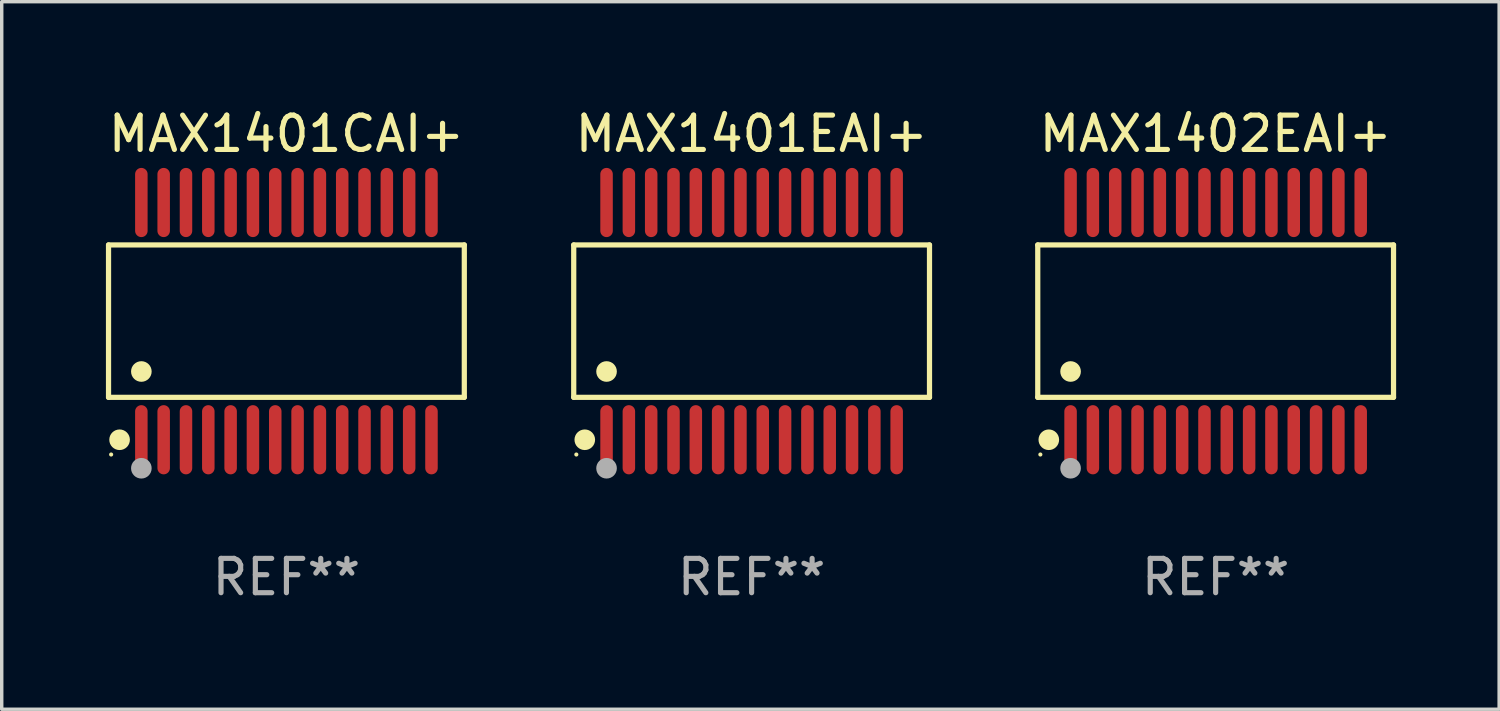
<source format=kicad_pcb>
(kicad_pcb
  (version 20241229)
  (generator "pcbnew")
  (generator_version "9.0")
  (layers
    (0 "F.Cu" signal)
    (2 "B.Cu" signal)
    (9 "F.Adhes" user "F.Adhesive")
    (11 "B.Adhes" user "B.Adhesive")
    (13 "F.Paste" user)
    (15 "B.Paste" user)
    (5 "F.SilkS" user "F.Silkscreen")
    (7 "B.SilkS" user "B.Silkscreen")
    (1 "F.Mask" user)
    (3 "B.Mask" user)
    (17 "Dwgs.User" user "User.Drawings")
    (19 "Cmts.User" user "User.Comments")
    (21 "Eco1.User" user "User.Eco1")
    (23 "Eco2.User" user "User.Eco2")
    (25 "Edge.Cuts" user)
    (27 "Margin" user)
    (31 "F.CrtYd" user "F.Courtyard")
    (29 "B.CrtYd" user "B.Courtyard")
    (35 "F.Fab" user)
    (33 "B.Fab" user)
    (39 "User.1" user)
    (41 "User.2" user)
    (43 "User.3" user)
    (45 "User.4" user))
  (footprint "MAX1401EAI+"
    (layer "F.Cu")
    (at 18.841 6.303)
    (property "Reference" "MAX1401EAI+" (at 0 -5.455 0) (layer "F.SilkS") (effects (font (size 1 1) (thickness 0.15))))
    (attr through_hole)
    (fp_line (start -5.181 -2.219) (end 5.181 -2.219) (stroke (width 0.152) (type solid)) (layer "F.SilkS"))
    (fp_line (start -5.181 2.219) (end -5.181 -2.219) (stroke (width 0.152) (type solid)) (layer "F.SilkS"))
    (fp_line (start 5.181 -2.219) (end 5.181 2.219) (stroke (width 0.152) (type solid)) (layer "F.SilkS"))
    (fp_line (start 5.181 2.219) (end -5.181 2.219) (stroke (width 0.152) (type solid)) (layer "F.SilkS"))
    (fp_circle (center -5.105 3.885) (end -5.075 3.885) (stroke (width 0.06) (type solid)) (fill no) (layer "F.SilkS"))
    (fp_circle (center -4.859 3.455) (end -4.709 3.455) (stroke (width 0.3) (type solid)) (fill no) (layer "F.SilkS"))
    (fp_circle (center -4.225 1.467) (end -4.075 1.467) (stroke (width 0.3) (type solid)) (fill no) (layer "F.SilkS"))
    (fp_circle (center -4.225 4.285) (end -4.075 4.285) (stroke (width 0.3) (type solid)) (fill no) (layer "F.Fab"))
    (fp_text user "REF**" (at 0 7.455 0) (layer "F.Fab") (effects (font (size 1 1) (thickness 0.15))))
    (pad "1" smd oval (at -4.225 3.455) (size 0.364 2.015) (layers "F.Cu" "F.Mask" "F.Paste"))
    (pad "2" smd oval (at -3.575 3.455) (size 0.364 2.015) (layers "F.Cu" "F.Mask" "F.Paste"))
    (pad "3" smd oval (at -2.925 3.455) (size 0.364 2.015) (layers "F.Cu" "F.Mask" "F.Paste"))
    (pad "4" smd oval (at -2.275 3.455) (size 0.364 2.015) (layers "F.Cu" "F.Mask" "F.Paste"))
    (pad "5" smd oval (at -1.625 3.455) (size 0.364 2.015) (layers "F.Cu" "F.Mask" "F.Paste"))
    (pad "6" smd oval (at -0.975 3.455) (size 0.364 2.015) (layers "F.Cu" "F.Mask" "F.Paste"))
    (pad "7" smd oval (at -0.325 3.455) (size 0.364 2.015) (layers "F.Cu" "F.Mask" "F.Paste"))
    (pad "8" smd oval (at 0.325 3.455) (size 0.364 2.015) (layers "F.Cu" "F.Mask" "F.Paste"))
    (pad "9" smd oval (at 0.975 3.455) (size 0.364 2.015) (layers "F.Cu" "F.Mask" "F.Paste"))
    (pad "10" smd oval (at 1.625 3.455) (size 0.364 2.015) (layers "F.Cu" "F.Mask" "F.Paste"))
    (pad "11" smd oval (at 2.275 3.455) (size 0.364 2.015) (layers "F.Cu" "F.Mask" "F.Paste"))
    (pad "12" smd oval (at 2.925 3.455) (size 0.364 2.015) (layers "F.Cu" "F.Mask" "F.Paste"))
    (pad "13" smd oval (at 3.575 3.455) (size 0.364 2.015) (layers "F.Cu" "F.Mask" "F.Paste"))
    (pad "14" smd oval (at 4.225 3.455) (size 0.364 2.015) (layers "F.Cu" "F.Mask" "F.Paste"))
    (pad "15" smd oval (at 4.225 -3.455) (size 0.364 2.015) (layers "F.Cu" "F.Mask" "F.Paste"))
    (pad "16" smd oval (at 3.575 -3.455) (size 0.364 2.015) (layers "F.Cu" "F.Mask" "F.Paste"))
    (pad "17" smd oval (at 2.925 -3.455) (size 0.364 2.015) (layers "F.Cu" "F.Mask" "F.Paste"))
    (pad "18" smd oval (at 2.275 -3.455) (size 0.364 2.015) (layers "F.Cu" "F.Mask" "F.Paste"))
    (pad "19" smd oval (at 1.625 -3.455) (size 0.364 2.015) (layers "F.Cu" "F.Mask" "F.Paste"))
    (pad "20" smd oval (at 0.975 -3.455) (size 0.364 2.015) (layers "F.Cu" "F.Mask" "F.Paste"))
    (pad "21" smd oval (at 0.325 -3.455) (size 0.364 2.015) (layers "F.Cu" "F.Mask" "F.Paste"))
    (pad "22" smd oval (at -0.325 -3.455) (size 0.364 2.015) (layers "F.Cu" "F.Mask" "F.Paste"))
    (pad "23" smd oval (at -0.975 -3.455) (size 0.364 2.015) (layers "F.Cu" "F.Mask" "F.Paste"))
    (pad "24" smd oval (at -1.625 -3.455) (size 0.364 2.015) (layers "F.Cu" "F.Mask" "F.Paste"))
    (pad "25" smd oval (at -2.275 -3.455) (size 0.364 2.015) (layers "F.Cu" "F.Mask" "F.Paste"))
    (pad "26" smd oval (at -2.925 -3.455) (size 0.364 2.015) (layers "F.Cu" "F.Mask" "F.Paste"))
    (pad "27" smd oval (at -3.575 -3.455) (size 0.364 2.015) (layers "F.Cu" "F.Mask" "F.Paste"))
    (pad "28" smd oval (at -4.225 -3.455) (size 0.364 2.015) (layers "F.Cu" "F.Mask" "F.Paste")))
  (footprint "MAX1401CAI+"
    (layer "F.Cu")
    (at 5.292 6.303)
    (property "Reference" "MAX1401CAI+" (at 0 -5.455 0) (layer "F.SilkS") (effects (font (size 1 1) (thickness 0.15))))
    (attr through_hole)
    (fp_line (start -5.181 -2.219) (end 5.181 -2.219) (stroke (width 0.152) (type solid)) (layer "F.SilkS"))
    (fp_line (start -5.181 2.219) (end -5.181 -2.219) (stroke (width 0.152) (type solid)) (layer "F.SilkS"))
    (fp_line (start 5.181 -2.219) (end 5.181 2.219) (stroke (width 0.152) (type solid)) (layer "F.SilkS"))
    (fp_line (start 5.181 2.219) (end -5.181 2.219) (stroke (width 0.152) (type solid)) (layer "F.SilkS"))
    (fp_circle (center -5.105 3.885) (end -5.075 3.885) (stroke (width 0.06) (type solid)) (fill no) (layer "F.SilkS"))
    (fp_circle (center -4.859 3.455) (end -4.709 3.455) (stroke (width 0.3) (type solid)) (fill no) (layer "F.SilkS"))
    (fp_circle (center -4.225 1.467) (end -4.075 1.467) (stroke (width 0.3) (type solid)) (fill no) (layer "F.SilkS"))
    (fp_circle (center -4.225 4.285) (end -4.075 4.285) (stroke (width 0.3) (type solid)) (fill no) (layer "F.Fab"))
    (fp_text user "REF**" (at 0 7.455 0) (layer "F.Fab") (effects (font (size 1 1) (thickness 0.15))))
    (pad "1" smd oval (at -4.225 3.455) (size 0.364 2.015) (layers "F.Cu" "F.Mask" "F.Paste"))
    (pad "2" smd oval (at -3.575 3.455) (size 0.364 2.015) (layers "F.Cu" "F.Mask" "F.Paste"))
    (pad "3" smd oval (at -2.925 3.455) (size 0.364 2.015) (layers "F.Cu" "F.Mask" "F.Paste"))
    (pad "4" smd oval (at -2.275 3.455) (size 0.364 2.015) (layers "F.Cu" "F.Mask" "F.Paste"))
    (pad "5" smd oval (at -1.625 3.455) (size 0.364 2.015) (layers "F.Cu" "F.Mask" "F.Paste"))
    (pad "6" smd oval (at -0.975 3.455) (size 0.364 2.015) (layers "F.Cu" "F.Mask" "F.Paste"))
    (pad "7" smd oval (at -0.325 3.455) (size 0.364 2.015) (layers "F.Cu" "F.Mask" "F.Paste"))
    (pad "8" smd oval (at 0.325 3.455) (size 0.364 2.015) (layers "F.Cu" "F.Mask" "F.Paste"))
    (pad "9" smd oval (at 0.975 3.455) (size 0.364 2.015) (layers "F.Cu" "F.Mask" "F.Paste"))
    (pad "10" smd oval (at 1.625 3.455) (size 0.364 2.015) (layers "F.Cu" "F.Mask" "F.Paste"))
    (pad "11" smd oval (at 2.275 3.455) (size 0.364 2.015) (layers "F.Cu" "F.Mask" "F.Paste"))
    (pad "12" smd oval (at 2.925 3.455) (size 0.364 2.015) (layers "F.Cu" "F.Mask" "F.Paste"))
    (pad "13" smd oval (at 3.575 3.455) (size 0.364 2.015) (layers "F.Cu" "F.Mask" "F.Paste"))
    (pad "14" smd oval (at 4.225 3.455) (size 0.364 2.015) (layers "F.Cu" "F.Mask" "F.Paste"))
    (pad "15" smd oval (at 4.225 -3.455) (size 0.364 2.015) (layers "F.Cu" "F.Mask" "F.Paste"))
    (pad "16" smd oval (at 3.575 -3.455) (size 0.364 2.015) (layers "F.Cu" "F.Mask" "F.Paste"))
    (pad "17" smd oval (at 2.925 -3.455) (size 0.364 2.015) (layers "F.Cu" "F.Mask" "F.Paste"))
    (pad "18" smd oval (at 2.275 -3.455) (size 0.364 2.015) (layers "F.Cu" "F.Mask" "F.Paste"))
    (pad "19" smd oval (at 1.625 -3.455) (size 0.364 2.015) (layers "F.Cu" "F.Mask" "F.Paste"))
    (pad "20" smd oval (at 0.975 -3.455) (size 0.364 2.015) (layers "F.Cu" "F.Mask" "F.Paste"))
    (pad "21" smd oval (at 0.325 -3.455) (size 0.364 2.015) (layers "F.Cu" "F.Mask" "F.Paste"))
    (pad "22" smd oval (at -0.325 -3.455) (size 0.364 2.015) (layers "F.Cu" "F.Mask" "F.Paste"))
    (pad "23" smd oval (at -0.975 -3.455) (size 0.364 2.015) (layers "F.Cu" "F.Mask" "F.Paste"))
    (pad "24" smd oval (at -1.625 -3.455) (size 0.364 2.015) (layers "F.Cu" "F.Mask" "F.Paste"))
    (pad "25" smd oval (at -2.275 -3.455) (size 0.364 2.015) (layers "F.Cu" "F.Mask" "F.Paste"))
    (pad "26" smd oval (at -2.925 -3.455) (size 0.364 2.015) (layers "F.Cu" "F.Mask" "F.Paste"))
    (pad "27" smd oval (at -3.575 -3.455) (size 0.364 2.015) (layers "F.Cu" "F.Mask" "F.Paste"))
    (pad "28" smd oval (at -4.225 -3.455) (size 0.364 2.015) (layers "F.Cu" "F.Mask" "F.Paste")))
  (footprint "MAX1402EAI+"
    (layer "F.Cu")
    (at 32.356 6.303)
    (property "Reference" "MAX1402EAI+" (at 0 -5.455 0) (layer "F.SilkS") (effects (font (size 1 1) (thickness 0.15))))
    (attr through_hole)
    (fp_line (start -5.181 -2.219) (end 5.181 -2.219) (stroke (width 0.152) (type solid)) (layer "F.SilkS"))
    (fp_line (start -5.181 2.219) (end -5.181 -2.219) (stroke (width 0.152) (type solid)) (layer "F.SilkS"))
    (fp_line (start 5.181 -2.219) (end 5.181 2.219) (stroke (width 0.152) (type solid)) (layer "F.SilkS"))
    (fp_line (start 5.181 2.219) (end -5.181 2.219) (stroke (width 0.152) (type solid)) (layer "F.SilkS"))
    (fp_circle (center -5.105 3.885) (end -5.075 3.885) (stroke (width 0.06) (type solid)) (fill no) (layer "F.SilkS"))
    (fp_circle (center -4.859 3.455) (end -4.709 3.455) (stroke (width 0.3) (type solid)) (fill no) (layer "F.SilkS"))
    (fp_circle (center -4.225 1.467) (end -4.075 1.467) (stroke (width 0.3) (type solid)) (fill no) (layer "F.SilkS"))
    (fp_circle (center -4.225 4.285) (end -4.075 4.285) (stroke (width 0.3) (type solid)) (fill no) (layer "F.Fab"))
    (fp_text user "REF**" (at 0 7.455 0) (layer "F.Fab") (effects (font (size 1 1) (thickness 0.15))))
    (pad "1" smd oval (at -4.225 3.455) (size 0.364 2.015) (layers "F.Cu" "F.Mask" "F.Paste"))
    (pad "2" smd oval (at -3.575 3.455) (size 0.364 2.015) (layers "F.Cu" "F.Mask" "F.Paste"))
    (pad "3" smd oval (at -2.925 3.455) (size 0.364 2.015) (layers "F.Cu" "F.Mask" "F.Paste"))
    (pad "4" smd oval (at -2.275 3.455) (size 0.364 2.015) (layers "F.Cu" "F.Mask" "F.Paste"))
    (pad "5" smd oval (at -1.625 3.455) (size 0.364 2.015) (layers "F.Cu" "F.Mask" "F.Paste"))
    (pad "6" smd oval (at -0.975 3.455) (size 0.364 2.015) (layers "F.Cu" "F.Mask" "F.Paste"))
    (pad "7" smd oval (at -0.325 3.455) (size 0.364 2.015) (layers "F.Cu" "F.Mask" "F.Paste"))
    (pad "8" smd oval (at 0.325 3.455) (size 0.364 2.015) (layers "F.Cu" "F.Mask" "F.Paste"))
    (pad "9" smd oval (at 0.975 3.455) (size 0.364 2.015) (layers "F.Cu" "F.Mask" "F.Paste"))
    (pad "10" smd oval (at 1.625 3.455) (size 0.364 2.015) (layers "F.Cu" "F.Mask" "F.Paste"))
    (pad "11" smd oval (at 2.275 3.455) (size 0.364 2.015) (layers "F.Cu" "F.Mask" "F.Paste"))
    (pad "12" smd oval (at 2.925 3.455) (size 0.364 2.015) (layers "F.Cu" "F.Mask" "F.Paste"))
    (pad "13" smd oval (at 3.575 3.455) (size 0.364 2.015) (layers "F.Cu" "F.Mask" "F.Paste"))
    (pad "14" smd oval (at 4.225 3.455) (size 0.364 2.015) (layers "F.Cu" "F.Mask" "F.Paste"))
    (pad "15" smd oval (at 4.225 -3.455) (size 0.364 2.015) (layers "F.Cu" "F.Mask" "F.Paste"))
    (pad "16" smd oval (at 3.575 -3.455) (size 0.364 2.015) (layers "F.Cu" "F.Mask" "F.Paste"))
    (pad "17" smd oval (at 2.925 -3.455) (size 0.364 2.015) (layers "F.Cu" "F.Mask" "F.Paste"))
    (pad "18" smd oval (at 2.275 -3.455) (size 0.364 2.015) (layers "F.Cu" "F.Mask" "F.Paste"))
    (pad "19" smd oval (at 1.625 -3.455) (size 0.364 2.015) (layers "F.Cu" "F.Mask" "F.Paste"))
    (pad "20" smd oval (at 0.975 -3.455) (size 0.364 2.015) (layers "F.Cu" "F.Mask" "F.Paste"))
    (pad "21" smd oval (at 0.325 -3.455) (size 0.364 2.015) (layers "F.Cu" "F.Mask" "F.Paste"))
    (pad "22" smd oval (at -0.325 -3.455) (size 0.364 2.015) (layers "F.Cu" "F.Mask" "F.Paste"))
    (pad "23" smd oval (at -0.975 -3.455) (size 0.364 2.015) (layers "F.Cu" "F.Mask" "F.Paste"))
    (pad "24" smd oval (at -1.625 -3.455) (size 0.364 2.015) (layers "F.Cu" "F.Mask" "F.Paste"))
    (pad "25" smd oval (at -2.275 -3.455) (size 0.364 2.015) (layers "F.Cu" "F.Mask" "F.Paste"))
    (pad "26" smd oval (at -2.925 -3.455) (size 0.364 2.015) (layers "F.Cu" "F.Mask" "F.Paste"))
    (pad "27" smd oval (at -3.575 -3.455) (size 0.364 2.015) (layers "F.Cu" "F.Mask" "F.Paste"))
    (pad "28" smd oval (at -4.225 -3.455) (size 0.364 2.015) (layers "F.Cu" "F.Mask" "F.Paste")))
  (gr_rect
    (start -3 -3)
    (end 40.613 17.607)
    (stroke (width 0.1) (type default))
    (fill no)
    (layer "Edge.Cuts")))
</source>
